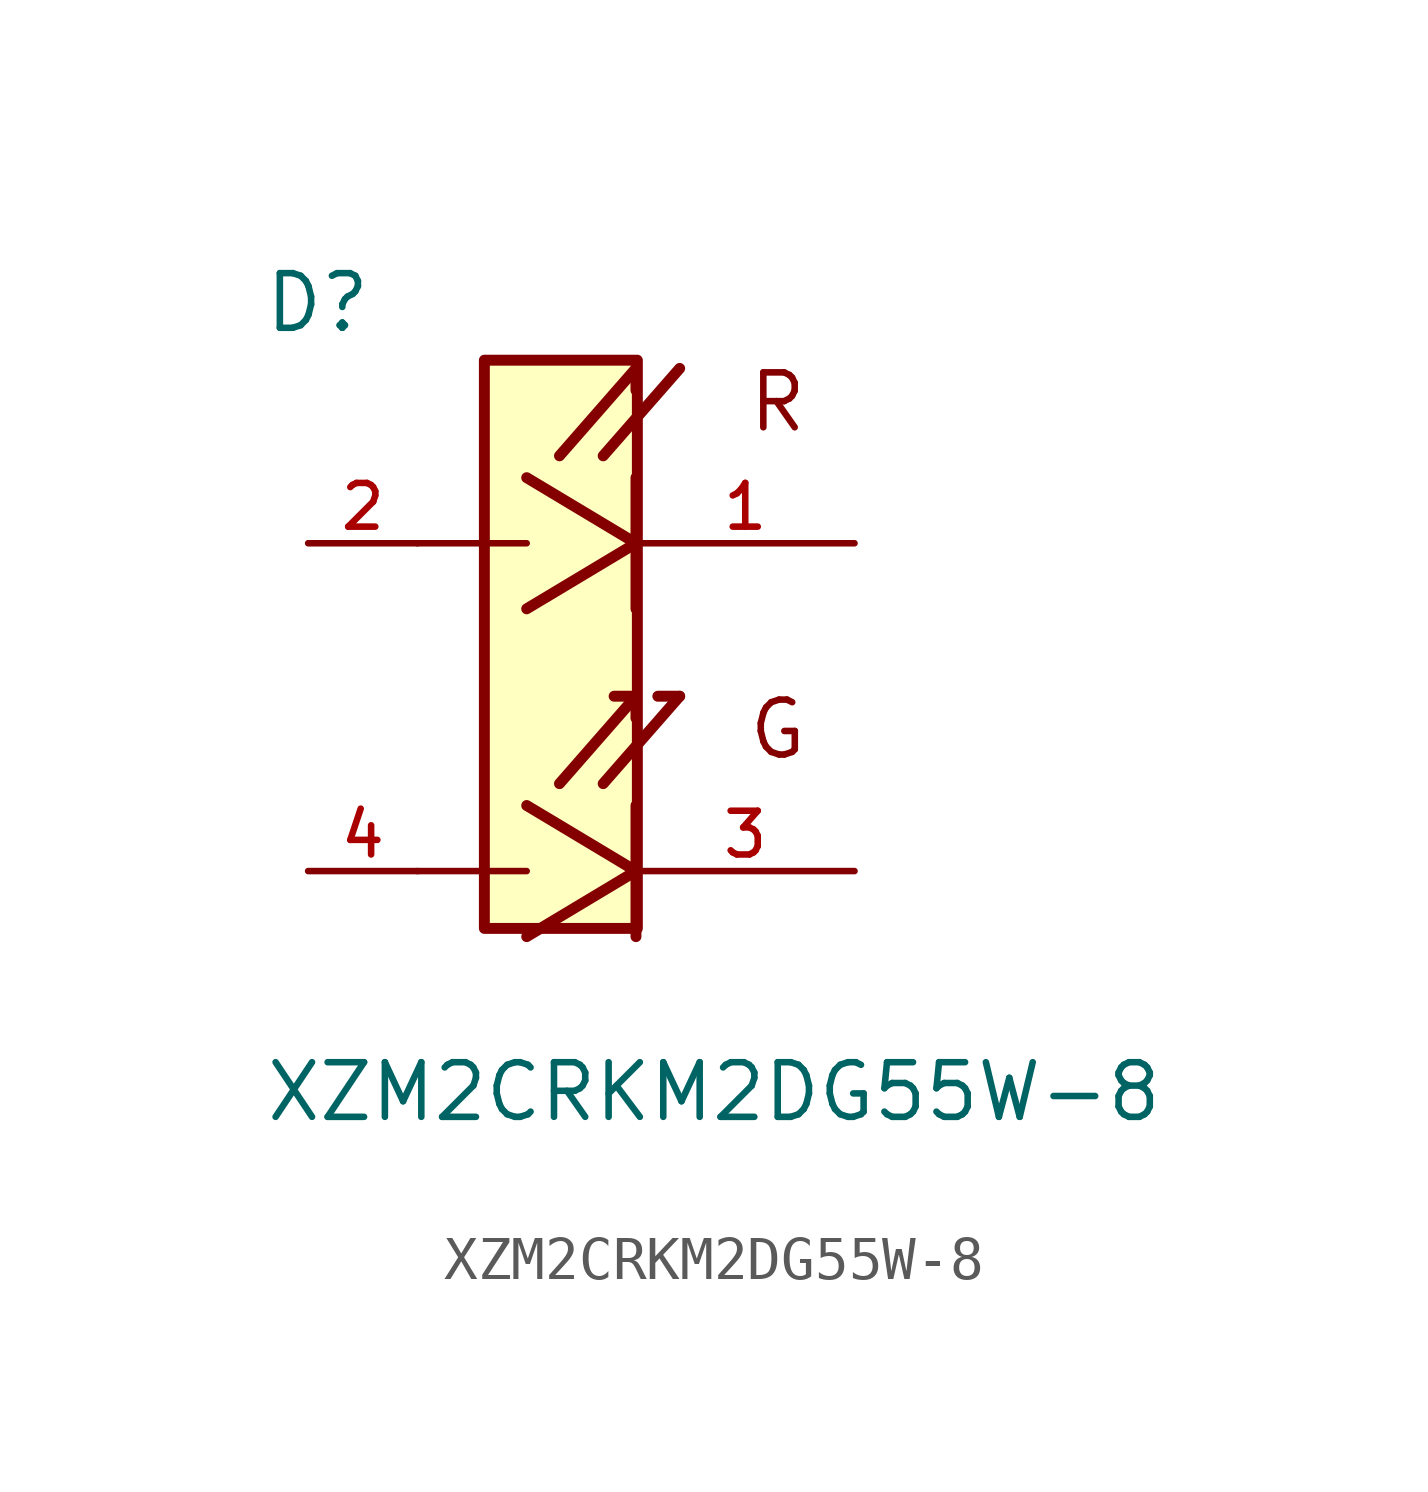
<source format=kicad_sym>
(kicad_symbol_lib
  (version 20231120)
  (generator "kicad_symbol_editor")
  (generator_version "8.0")
  (symbol "XZM2CRKM2DG55W-8"
    (pin_names
      (offset 1.016))
    (property "Reference" "D"
      (at -6.14 7.385 0)
      (effects (font (size 1.27 1.27)) (justify left bottom)))
    (property "Value" "XZM2CRKM2DG55W-8"
      (at -6.118 -10.956 0)
      (effects (font (size 1.27 1.27)) (justify left bottom)))
    (symbol "XZM2CRKM2DG55W-8_0_0"
      (rectangle (start -0.984 -6.413) (end 2.572 6.795) (stroke (width 0.254) (type default)) (fill (type background)))
      (polyline (pts (xy 0 -6.604) (xy 2.54 -5.08)) (stroke (width 0.254) (type default)) (fill (type none)))
      (polyline (pts (xy 0 -5.08) (xy -2.54 -5.08)) (stroke (width 0.152) (type default)) (fill (type none)))
      (polyline (pts (xy 0 1.016) (xy 2.54 2.54)) (stroke (width 0.254) (type default)) (fill (type none)))
      (polyline (pts (xy 0 2.54) (xy -2.54 2.54)) (stroke (width 0.152) (type default)) (fill (type none)))
      (polyline (pts (xy 0.762 -3.048) (xy 2.54 -1.016)) (stroke (width 0.254) (type default)) (fill (type none)))
      (polyline (pts (xy 0.762 4.572) (xy 2.54 6.604)) (stroke (width 0.254) (type default)) (fill (type none)))
      (polyline (pts (xy 1.778 -3.048) (xy 3.556 -1.016)) (stroke (width 0.254) (type default)) (fill (type none)))
      (polyline (pts (xy 1.778 4.572) (xy 3.556 6.604)) (stroke (width 0.254) (type default)) (fill (type none)))
      (polyline (pts (xy 2.54 -5.08) (xy 0 -3.556)) (stroke (width 0.254) (type default)) (fill (type none)))
      (polyline (pts (xy 2.54 -3.556) (xy 2.54 -6.604)) (stroke (width 0.254) (type default)) (fill (type none)))
      (polyline (pts (xy 2.54 -1.016) (xy 2.032 -1.016)) (stroke (width 0.254) (type default)) (fill (type none)))
      (polyline (pts (xy 2.54 -1.016) (xy 2.54 -1.524)) (stroke (width 0.254) (type default)) (fill (type none)))
      (polyline (pts (xy 2.54 2.54) (xy 0 4.064)) (stroke (width 0.254) (type default)) (fill (type none)))
      (polyline (pts (xy 2.54 4.064) (xy 2.54 1.016)) (stroke (width 0.254) (type default)) (fill (type none)))
      (polyline (pts (xy 2.54 6.604) (xy 2.54 6.096)) (stroke (width 0.254) (type default)) (fill (type none)))
      (polyline (pts (xy 3.556 -1.016) (xy 3.048 -1.016)) (stroke (width 0.254) (type default)) (fill (type none)))
      (text "G" (at 5.098 -2.535 0) (effects (font (size 1.277 1.277)) (justify left bottom)))
      (text "R" (at 5.096 5.072 0) (effects (font (size 1.276 1.276)) (justify left bottom)))
      (pin passive line (at 7.62 2.54 180) (length 5.08) (name "~" (effects (font (size 1.016 1.016)))) (number "1" (effects (font (size 1.016 1.016)))))
      (pin passive line (at -5.08 2.54 0) (length 2.54) (name "~" (effects (font (size 1.016 1.016)))) (number "2" (effects (font (size 1.016 1.016)))))
      (pin passive line (at 7.62 -5.08 180) (length 5.08) (name "~" (effects (font (size 1.016 1.016)))) (number "3" (effects (font (size 1.016 1.016)))))
      (pin passive line (at -5.08 -5.08 0) (length 2.54) (name "~" (effects (font (size 1.016 1.016)))) (number "4" (effects (font (size 1.016 1.016))))))))
</source>
